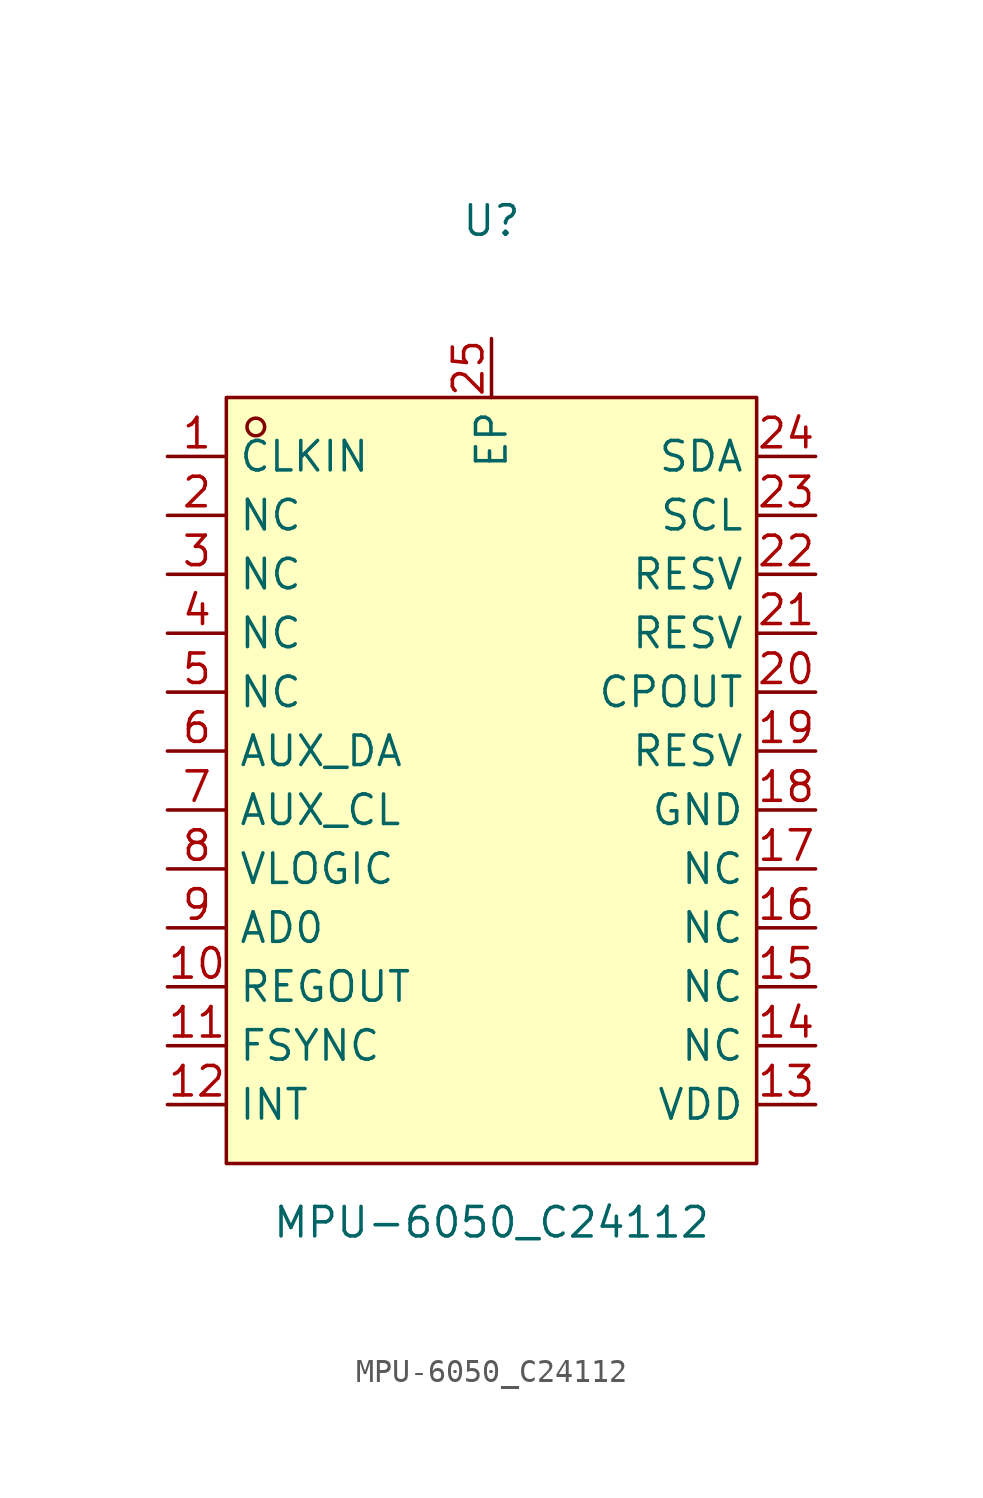
<source format=kicad_sym>
(kicad_symbol_lib
  (version 20211014)
  (generator https://github.com/uPesy/easyeda2kicad.py)
  (symbol "MPU-6050_C24112"
    (property "Reference" "U"
      (at 0 24.13 0)
      (effects (font (size 1.27 1.27))))
    (property "Value" "MPU-6050_C24112"
      (at 0 -19.05 0)
      (effects (font (size 1.27 1.27))))
    (symbol "MPU-6050_C24112_0_1"
      (rectangle (start -11.43 16.51) (end 11.43 -16.51) (stroke (width 0) (type default) (color 0 0 0 0)) (fill (type background)))
      (circle (center -10.16 15.24) (radius 0.38) (stroke (width 0) (type default) (color 0 0 0 0)) (fill (type none)))
      (pin unspecified line (at -13.97 13.97 0) (length 2.54) (name "CLKIN" (effects (font (size 1.27 1.27)))) (number "1" (effects (font (size 1.27 1.27)))))
      (pin unspecified line (at -13.97 11.43 0) (length 2.54) (name "NC" (effects (font (size 1.27 1.27)))) (number "2" (effects (font (size 1.27 1.27)))))
      (pin unspecified line (at -13.97 8.89 0) (length 2.54) (name "NC" (effects (font (size 1.27 1.27)))) (number "3" (effects (font (size 1.27 1.27)))))
      (pin unspecified line (at -13.97 6.35 0) (length 2.54) (name "NC" (effects (font (size 1.27 1.27)))) (number "4" (effects (font (size 1.27 1.27)))))
      (pin unspecified line (at -13.97 3.81 0) (length 2.54) (name "NC" (effects (font (size 1.27 1.27)))) (number "5" (effects (font (size 1.27 1.27)))))
      (pin unspecified line (at -13.97 1.27 0) (length 2.54) (name "AUX_DA" (effects (font (size 1.27 1.27)))) (number "6" (effects (font (size 1.27 1.27)))))
      (pin unspecified line (at -13.97 -1.27 0) (length 2.54) (name "AUX_CL" (effects (font (size 1.27 1.27)))) (number "7" (effects (font (size 1.27 1.27)))))
      (pin unspecified line (at -13.97 -3.81 0) (length 2.54) (name "VLOGIC" (effects (font (size 1.27 1.27)))) (number "8" (effects (font (size 1.27 1.27)))))
      (pin unspecified line (at -13.97 -6.35 0) (length 2.54) (name "AD0" (effects (font (size 1.27 1.27)))) (number "9" (effects (font (size 1.27 1.27)))))
      (pin unspecified line (at -13.97 -8.89 0) (length 2.54) (name "REGOUT" (effects (font (size 1.27 1.27)))) (number "10" (effects (font (size 1.27 1.27)))))
      (pin unspecified line (at -13.97 -11.43 0) (length 2.54) (name "FSYNC" (effects (font (size 1.27 1.27)))) (number "11" (effects (font (size 1.27 1.27)))))
      (pin unspecified line (at -13.97 -13.97 0) (length 2.54) (name "INT" (effects (font (size 1.27 1.27)))) (number "12" (effects (font (size 1.27 1.27)))))
      (pin unspecified line (at 13.97 -13.97 180) (length 2.54) (name "VDD" (effects (font (size 1.27 1.27)))) (number "13" (effects (font (size 1.27 1.27)))))
      (pin unspecified line (at 13.97 -11.43 180) (length 2.54) (name "NC" (effects (font (size 1.27 1.27)))) (number "14" (effects (font (size 1.27 1.27)))))
      (pin unspecified line (at 13.97 -8.89 180) (length 2.54) (name "NC" (effects (font (size 1.27 1.27)))) (number "15" (effects (font (size 1.27 1.27)))))
      (pin unspecified line (at 13.97 -6.35 180) (length 2.54) (name "NC" (effects (font (size 1.27 1.27)))) (number "16" (effects (font (size 1.27 1.27)))))
      (pin unspecified line (at 13.97 -3.81 180) (length 2.54) (name "NC" (effects (font (size 1.27 1.27)))) (number "17" (effects (font (size 1.27 1.27)))))
      (pin unspecified line (at 13.97 -1.27 180) (length 2.54) (name "GND" (effects (font (size 1.27 1.27)))) (number "18" (effects (font (size 1.27 1.27)))))
      (pin unspecified line (at 13.97 1.27 180) (length 2.54) (name "RESV" (effects (font (size 1.27 1.27)))) (number "19" (effects (font (size 1.27 1.27)))))
      (pin unspecified line (at 13.97 3.81 180) (length 2.54) (name "CPOUT" (effects (font (size 1.27 1.27)))) (number "20" (effects (font (size 1.27 1.27)))))
      (pin unspecified line (at 13.97 6.35 180) (length 2.54) (name "RESV" (effects (font (size 1.27 1.27)))) (number "21" (effects (font (size 1.27 1.27)))))
      (pin unspecified line (at 13.97 8.89 180) (length 2.54) (name "RESV" (effects (font (size 1.27 1.27)))) (number "22" (effects (font (size 1.27 1.27)))))
      (pin unspecified line (at 13.97 11.43 180) (length 2.54) (name "SCL" (effects (font (size 1.27 1.27)))) (number "23" (effects (font (size 1.27 1.27)))))
      (pin unspecified line (at 13.97 13.97 180) (length 2.54) (name "SDA" (effects (font (size 1.27 1.27)))) (number "24" (effects (font (size 1.27 1.27)))))
      (pin unspecified line (at 0.00 19.05 270) (length 2.54) (name "EP" (effects (font (size 1.27 1.27)))) (number "25" (effects (font (size 1.27 1.27))))))))
</source>
